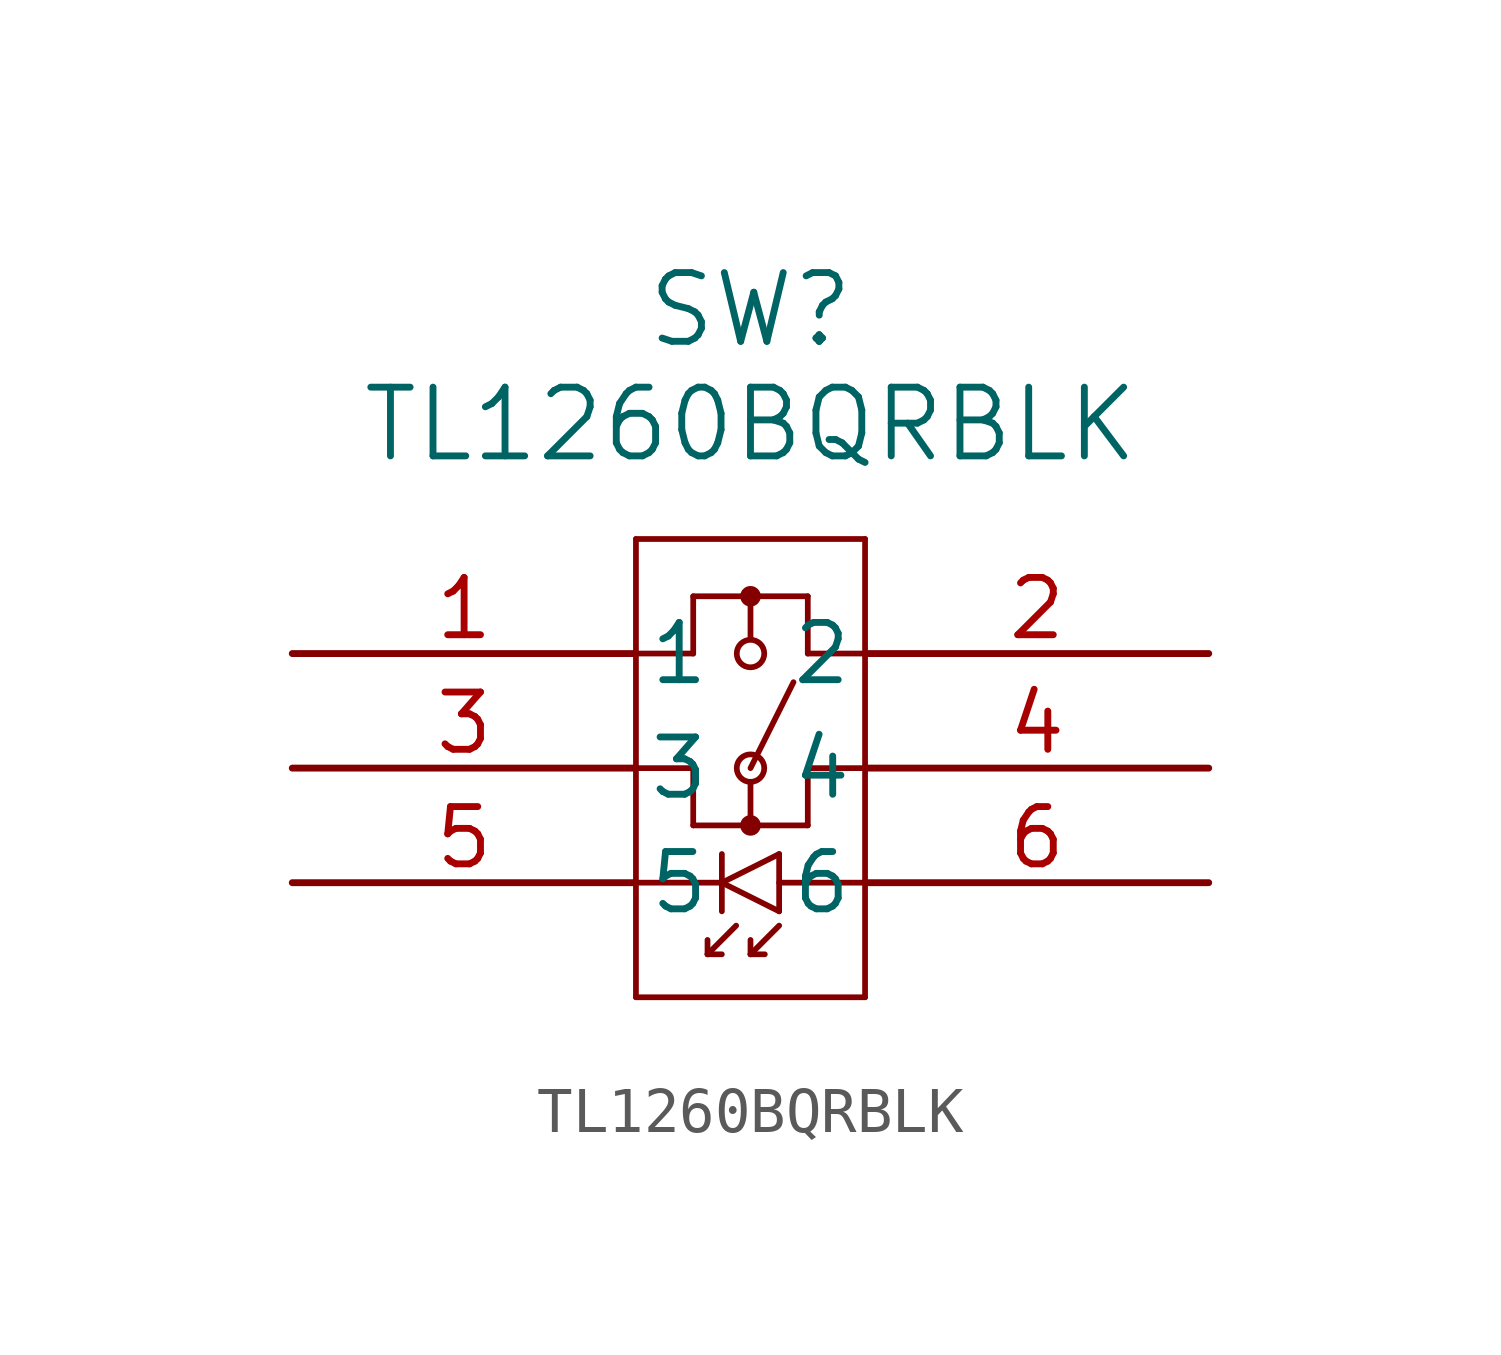
<source format=kicad_sym>
(kicad_symbol_lib
  (version 20241209)
  (generator "kicad_symbol_editor")
  (generator_version "9.0")
  (symbol "TL1260BQRBLK"
    (pin_names
      (offset 0.254))
    (property "Reference" "SW"
      (at 10.16 7.62 0)
      (effects (font (size 1.524 1.524))))
    (property "Value" "TL1260BQRBLK"
      (at 10.16 5.08 0)
      (effects (font (size 1.524 1.524))))
    (property "ki_locked" ""
      (at 0 0 0)
      (effects (font (size 1.27 1.27))))
    (symbol "TL1260BQRBLK_0_1"
      (polyline (pts (xy 7.62 2.54) (xy 7.62 -7.62)) (stroke (width 0.127) (type default)) (fill (type none)))
      (polyline (pts (xy 7.62 0) (xy 8.89 0)) (stroke (width 0.127) (type default)) (fill (type none)))
      (polyline (pts (xy 7.62 -2.54) (xy 8.89 -2.54)) (stroke (width 0.127) (type default)) (fill (type none)))
      (polyline (pts (xy 7.62 -5.08) (xy 9.525 -5.08)) (stroke (width 0.127) (type default)) (fill (type none)))
      (polyline (pts (xy 7.62 -7.62) (xy 12.7 -7.62)) (stroke (width 0.127) (type default)) (fill (type none)))
      (polyline (pts (xy 8.89 1.27) (xy 11.43 1.27)) (stroke (width 0.127) (type default)) (fill (type none)))
      (polyline (pts (xy 8.89 0) (xy 8.89 1.27)) (stroke (width 0.127) (type default)) (fill (type none)))
      (polyline (pts (xy 8.89 -2.54) (xy 8.89 -3.81)) (stroke (width 0.127) (type default)) (fill (type none)))
      (polyline (pts (xy 8.89 -3.81) (xy 11.43 -3.81)) (stroke (width 0.127) (type default)) (fill (type none)))
      (polyline (pts (xy 9.207 -6.668) (xy 9.207 -6.35)) (stroke (width 0.127) (type default)) (fill (type none)))
      (polyline (pts (xy 9.207 -6.668) (xy 9.525 -6.668)) (stroke (width 0.127) (type default)) (fill (type none)))
      (polyline (pts (xy 9.525 -4.445) (xy 9.525 -5.715)) (stroke (width 0.127) (type default)) (fill (type none)))
      (polyline (pts (xy 9.525 -5.08) (xy 10.795 -5.715)) (stroke (width 0.127) (type default)) (fill (type none)))
      (polyline (pts (xy 9.842 -6.032) (xy 9.207 -6.668)) (stroke (width 0.127) (type default)) (fill (type none)))
      (circle (center 10.16 1.27) (radius 0.127) (stroke (width 0.203) (type default)) (fill (type none)))
      (polyline (pts (xy 10.16 0.318) (xy 10.16 1.27)) (stroke (width 0.127) (type default)) (fill (type none)))
      (circle (center 10.16 0) (radius 0.305) (stroke (width 0.127) (type default)) (fill (type none)))
      (polyline (pts (xy 10.16 -2.54) (xy 11.113 -0.635)) (stroke (width 0.127) (type default)) (fill (type none)))
      (circle (center 10.16 -2.54) (radius 0.305) (stroke (width 0.127) (type default)) (fill (type none)))
      (polyline (pts (xy 10.16 -2.857) (xy 10.16 -3.81)) (stroke (width 0.127) (type default)) (fill (type none)))
      (circle (center 10.16 -3.81) (radius 0.127) (stroke (width 0.203) (type default)) (fill (type none)))
      (polyline (pts (xy 10.16 -6.668) (xy 10.16 -6.35)) (stroke (width 0.127) (type default)) (fill (type none)))
      (polyline (pts (xy 10.16 -6.668) (xy 10.477 -6.668)) (stroke (width 0.127) (type default)) (fill (type none)))
      (polyline (pts (xy 10.795 -4.445) (xy 9.525 -5.08)) (stroke (width 0.127) (type default)) (fill (type none)))
      (polyline (pts (xy 10.795 -4.445) (xy 10.795 -5.715)) (stroke (width 0.127) (type default)) (fill (type none)))
      (polyline (pts (xy 10.795 -5.08) (xy 12.7 -5.08)) (stroke (width 0.127) (type default)) (fill (type none)))
      (polyline (pts (xy 10.795 -6.032) (xy 10.16 -6.668)) (stroke (width 0.127) (type default)) (fill (type none)))
      (polyline (pts (xy 11.43 1.27) (xy 11.43 0)) (stroke (width 0.127) (type default)) (fill (type none)))
      (polyline (pts (xy 11.43 0) (xy 12.7 0)) (stroke (width 0.127) (type default)) (fill (type none)))
      (polyline (pts (xy 11.43 -2.54) (xy 12.7 -2.54)) (stroke (width 0.127) (type default)) (fill (type none)))
      (polyline (pts (xy 11.43 -3.81) (xy 11.43 -2.54)) (stroke (width 0.127) (type default)) (fill (type none)))
      (polyline (pts (xy 12.7 2.54) (xy 7.62 2.54)) (stroke (width 0.127) (type default)) (fill (type none)))
      (polyline (pts (xy 12.7 -7.62) (xy 12.7 2.54)) (stroke (width 0.127) (type default)) (fill (type none)))
      (pin unspecified line (at 0 0 0) (length 7.62) (name "1" (effects (font (size 1.27 1.27)))) (number "1" (effects (font (size 1.27 1.27)))))
      (pin unspecified line (at 0 -2.54 0) (length 7.62) (name "3" (effects (font (size 1.27 1.27)))) (number "3" (effects (font (size 1.27 1.27)))))
      (pin unspecified line (at 0 -5.08 0) (length 7.62) (name "5" (effects (font (size 1.27 1.27)))) (number "5" (effects (font (size 1.27 1.27)))))
      (pin unspecified line (at 20.32 0 180) (length 7.62) (name "2" (effects (font (size 1.27 1.27)))) (number "2" (effects (font (size 1.27 1.27)))))
      (pin unspecified line (at 20.32 -2.54 180) (length 7.62) (name "4" (effects (font (size 1.27 1.27)))) (number "4" (effects (font (size 1.27 1.27)))))
      (pin unspecified line (at 20.32 -5.08 180) (length 7.62) (name "6" (effects (font (size 1.27 1.27)))) (number "6" (effects (font (size 1.27 1.27))))))))
</source>
